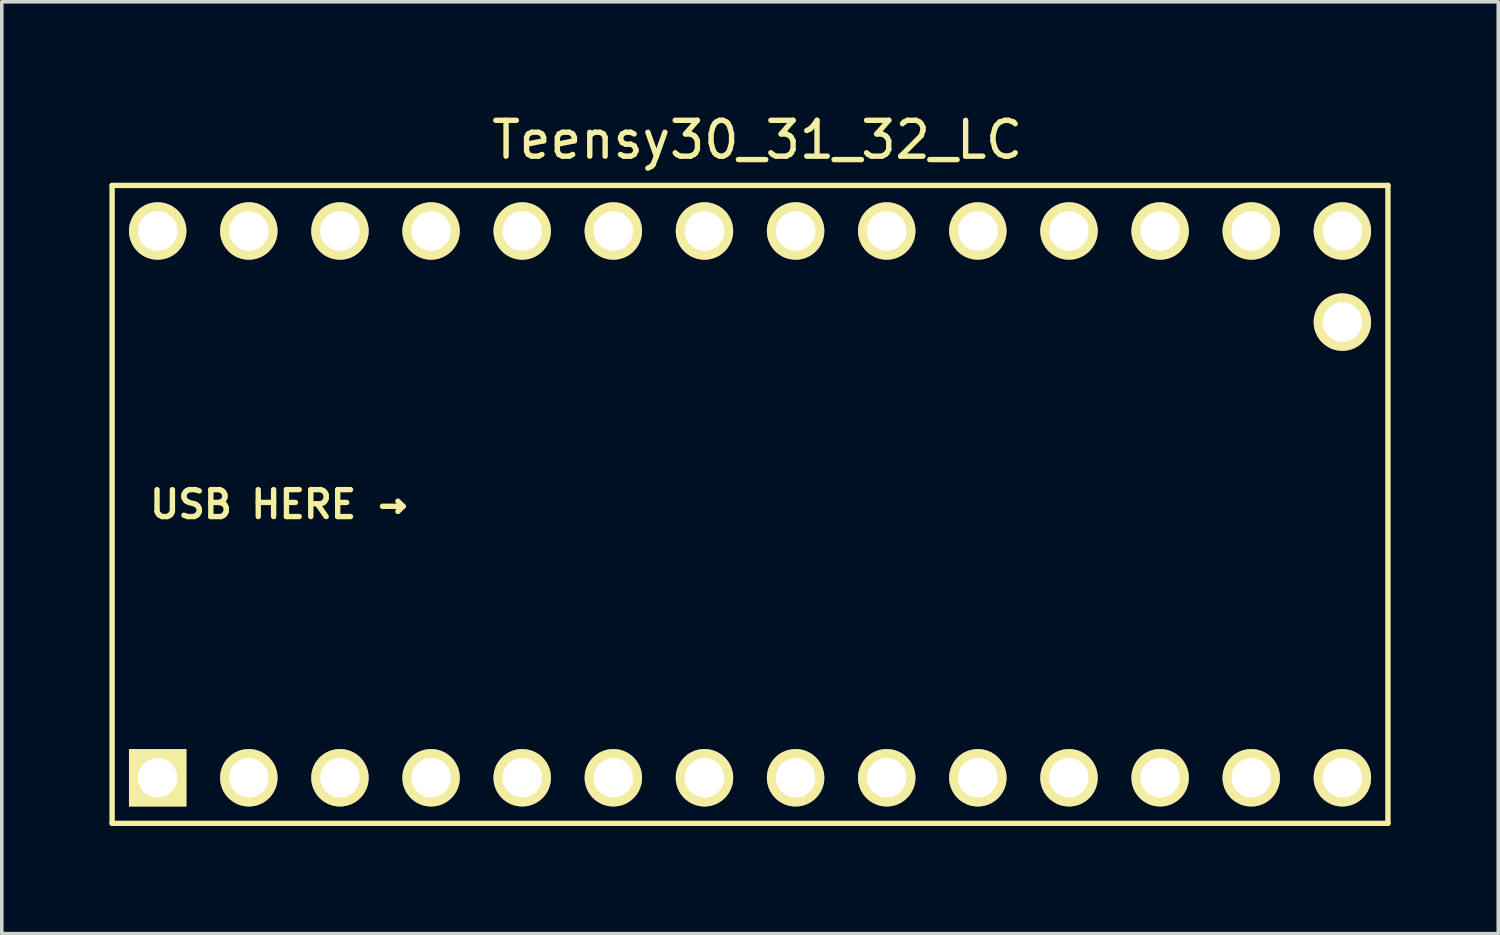
<source format=kicad_pcb>
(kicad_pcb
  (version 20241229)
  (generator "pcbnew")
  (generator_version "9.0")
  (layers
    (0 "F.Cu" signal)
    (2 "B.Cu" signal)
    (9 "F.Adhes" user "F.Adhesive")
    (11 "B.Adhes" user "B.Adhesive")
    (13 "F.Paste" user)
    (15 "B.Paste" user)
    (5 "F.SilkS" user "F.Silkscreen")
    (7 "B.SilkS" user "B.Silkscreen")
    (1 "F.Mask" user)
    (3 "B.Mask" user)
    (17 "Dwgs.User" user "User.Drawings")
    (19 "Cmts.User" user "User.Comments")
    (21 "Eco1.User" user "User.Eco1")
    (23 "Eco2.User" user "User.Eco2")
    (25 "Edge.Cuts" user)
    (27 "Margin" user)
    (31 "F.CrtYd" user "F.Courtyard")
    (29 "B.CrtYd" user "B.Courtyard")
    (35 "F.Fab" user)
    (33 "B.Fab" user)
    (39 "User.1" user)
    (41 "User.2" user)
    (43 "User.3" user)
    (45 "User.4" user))
  (footprint "Teensy30_31_32_LC"
    (layer "F.Cu")
    (at 18.055 11.008)
    (property "Reference" "Teensy30_31_32_LC" (at 0 -10.16 0) (layer "F.SilkS") (effects (font (size 1 1) (thickness 0.15))))
    (attr through_hole)
    (fp_line (start -17.98 -8.89) (end 17.58 -8.89) (stroke (width 0.15) (type solid)) (layer "F.SilkS"))
    (fp_line (start -17.98 8.89) (end -17.98 -8.89) (stroke (width 0.15) (type solid)) (layer "F.SilkS"))
    (fp_line (start 17.58 -8.89) (end 17.58 8.89) (stroke (width 0.15) (type solid)) (layer "F.SilkS"))
    (fp_line (start 17.58 8.89) (end -17.98 8.89) (stroke (width 0.15) (type solid)) (layer "F.SilkS"))
    (fp_text user "USB HERE →" (at -13.3 0 0) (unlocked yes) (layer "F.SilkS") (effects (font (size 0.75 0.75) (thickness 0.15))))
    (pad "1" thru_hole rect (at -16.71 7.62) (size 1.6 1.6) (drill 1.1) (layers "*.Cu" "*.Mask" "F.SilkS"))
    (pad "2" thru_hole circle (at -14.17 7.62) (size 1.6 1.6) (drill 1.1) (layers "*.Cu" "*.Mask" "F.SilkS"))
    (pad "3" thru_hole circle (at -11.63 7.62) (size 1.6 1.6) (drill 1.1) (layers "*.Cu" "*.Mask" "F.SilkS"))
    (pad "4" thru_hole circle (at -9.09 7.62) (size 1.6 1.6) (drill 1.1) (layers "*.Cu" "*.Mask" "F.SilkS"))
    (pad "5" thru_hole circle (at -6.55 7.62) (size 1.6 1.6) (drill 1.1) (layers "*.Cu" "*.Mask" "F.SilkS"))
    (pad "6" thru_hole circle (at -4.01 7.62) (size 1.6 1.6) (drill 1.1) (layers "*.Cu" "*.Mask" "F.SilkS"))
    (pad "7" thru_hole circle (at -1.47 7.62) (size 1.6 1.6) (drill 1.1) (layers "*.Cu" "*.Mask" "F.SilkS"))
    (pad "8" thru_hole circle (at 1.07 7.62) (size 1.6 1.6) (drill 1.1) (layers "*.Cu" "*.Mask" "F.SilkS"))
    (pad "9" thru_hole circle (at 3.61 7.62) (size 1.6 1.6) (drill 1.1) (layers "*.Cu" "*.Mask" "F.SilkS"))
    (pad "10" thru_hole circle (at 6.15 7.62) (size 1.6 1.6) (drill 1.1) (layers "*.Cu" "*.Mask" "F.SilkS"))
    (pad "11" thru_hole circle (at 8.69 7.62) (size 1.6 1.6) (drill 1.1) (layers "*.Cu" "*.Mask" "F.SilkS"))
    (pad "12" thru_hole circle (at 11.23 7.62) (size 1.6 1.6) (drill 1.1) (layers "*.Cu" "*.Mask" "F.SilkS"))
    (pad "13" thru_hole circle (at 13.77 7.62) (size 1.6 1.6) (drill 1.1) (layers "*.Cu" "*.Mask" "F.SilkS"))
    (pad "14" thru_hole circle (at 16.31 7.62) (size 1.6 1.6) (drill 1.1) (layers "*.Cu" "*.Mask" "F.SilkS"))
    (pad "19" thru_hole circle (at 16.31 -5.08) (size 1.6 1.6) (drill 1.1) (layers "*.Cu" "*.Mask" "F.SilkS"))
    (pad "20" thru_hole circle (at 16.31 -7.62) (size 1.6 1.6) (drill 1.1) (layers "*.Cu" "*.Mask" "F.SilkS"))
    (pad "21" thru_hole circle (at 13.77 -7.62) (size 1.6 1.6) (drill 1.1) (layers "*.Cu" "*.Mask" "F.SilkS"))
    (pad "22" thru_hole circle (at 11.23 -7.62) (size 1.6 1.6) (drill 1.1) (layers "*.Cu" "*.Mask" "F.SilkS"))
    (pad "23" thru_hole circle (at 8.69 -7.62) (size 1.6 1.6) (drill 1.1) (layers "*.Cu" "*.Mask" "F.SilkS"))
    (pad "24" thru_hole circle (at 6.15 -7.62) (size 1.6 1.6) (drill 1.1) (layers "*.Cu" "*.Mask" "F.SilkS"))
    (pad "25" thru_hole circle (at 3.61 -7.62) (size 1.6 1.6) (drill 1.1) (layers "*.Cu" "*.Mask" "F.SilkS"))
    (pad "26" thru_hole circle (at 1.07 -7.62) (size 1.6 1.6) (drill 1.1) (layers "*.Cu" "*.Mask" "F.SilkS"))
    (pad "27" thru_hole circle (at -1.47 -7.62) (size 1.6 1.6) (drill 1.1) (layers "*.Cu" "*.Mask" "F.SilkS"))
    (pad "28" thru_hole circle (at -4.01 -7.62) (size 1.6 1.6) (drill 1.1) (layers "*.Cu" "*.Mask" "F.SilkS"))
    (pad "29" thru_hole circle (at -6.55 -7.62) (size 1.6 1.6) (drill 1.1) (layers "*.Cu" "*.Mask" "F.SilkS"))
    (pad "30" thru_hole circle (at -9.09 -7.62) (size 1.6 1.6) (drill 1.1) (layers "*.Cu" "*.Mask" "F.SilkS"))
    (pad "31" thru_hole circle (at -11.63 -7.62) (size 1.6 1.6) (drill 1.1) (layers "*.Cu" "*.Mask" "F.SilkS"))
    (pad "32" thru_hole circle (at -14.17 -7.62) (size 1.6 1.6) (drill 1.1) (layers "*.Cu" "*.Mask" "F.SilkS"))
    (pad "33" thru_hole circle (at -16.71 -7.62) (size 1.6 1.6) (drill 1.1) (layers "*.Cu" "*.Mask" "F.SilkS")))
  (gr_rect
    (start -3 -3)
    (end 38.71 22.973)
    (stroke (width 0.1) (type default))
    (fill no)
    (layer "Edge.Cuts")))
</source>
